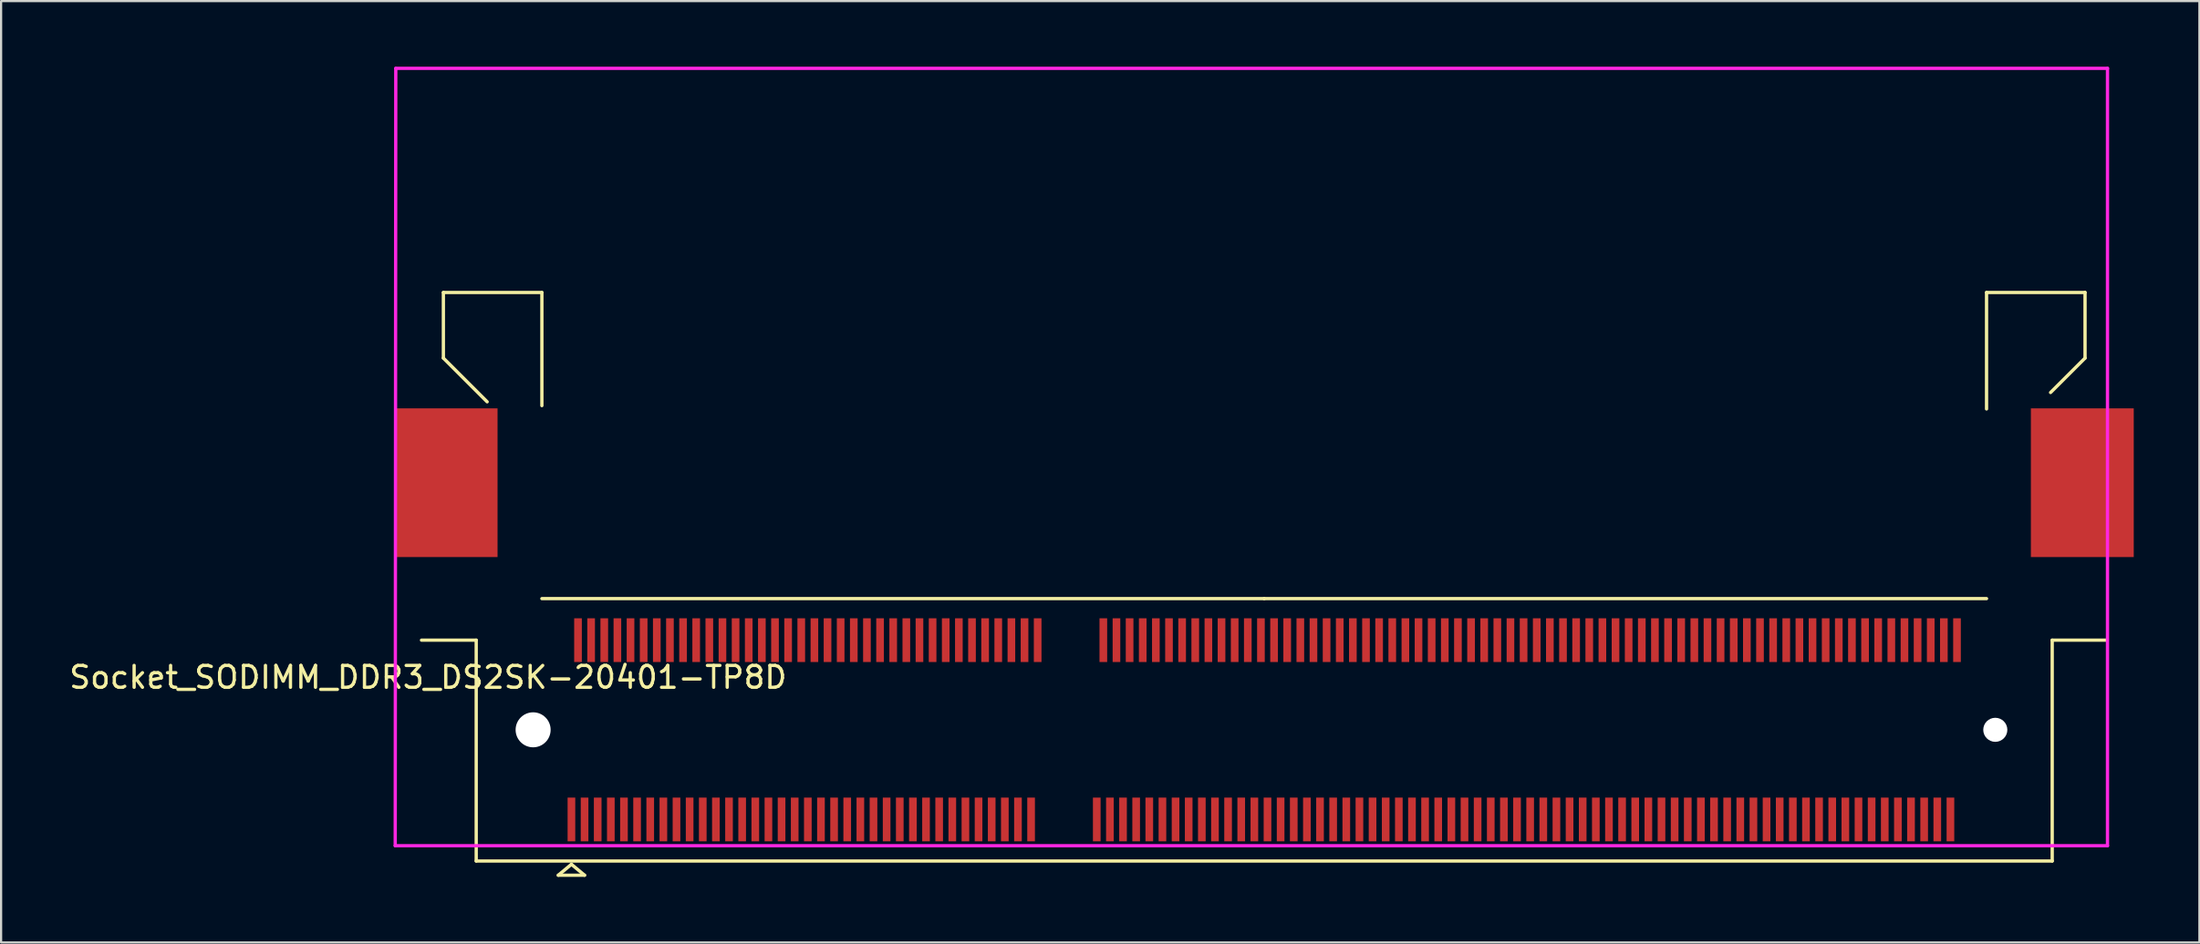
<source format=kicad_pcb>
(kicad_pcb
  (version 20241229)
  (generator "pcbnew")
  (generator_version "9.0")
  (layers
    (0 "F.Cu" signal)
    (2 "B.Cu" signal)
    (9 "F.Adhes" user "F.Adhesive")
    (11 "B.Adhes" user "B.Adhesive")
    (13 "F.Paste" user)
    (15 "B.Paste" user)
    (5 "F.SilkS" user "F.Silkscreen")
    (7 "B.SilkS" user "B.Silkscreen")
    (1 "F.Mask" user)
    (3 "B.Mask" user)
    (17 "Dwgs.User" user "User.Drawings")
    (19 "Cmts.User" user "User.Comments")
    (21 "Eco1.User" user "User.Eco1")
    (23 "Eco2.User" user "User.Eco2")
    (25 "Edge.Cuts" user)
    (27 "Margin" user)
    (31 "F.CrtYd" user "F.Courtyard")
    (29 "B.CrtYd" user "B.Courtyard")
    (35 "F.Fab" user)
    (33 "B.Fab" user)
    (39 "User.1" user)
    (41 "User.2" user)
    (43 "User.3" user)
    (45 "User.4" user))
  (footprint "Socket_SODIMM_DDR3_DS2SK-20401-TP8D"
    (layer "F.Cu")
    (at 54.706 30.325)
    (property "Reference" "Socket_SODIMM_DDR3_DS2SK-20401-TP8D" (at -38.2 -2.4 0) (layer "F.SilkS") (effects (font (size 1 1) (thickness 0.15))))
    (attr smd)
    (fp_line (start -37.5 -20) (end -37.5 -17) (stroke (width 0.15) (type solid)) (layer "F.SilkS"))
    (fp_line (start -37.5 -17) (end -35.5 -15) (stroke (width 0.15) (type solid)) (layer "F.SilkS"))
    (fp_line (start -36 -4.1) (end -38.5 -4.1) (stroke (width 0.15) (type solid)) (layer "F.SilkS"))
    (fp_line (start -36 -4.1) (end -36 6) (stroke (width 0.15) (type solid)) (layer "F.SilkS"))
    (fp_line (start -36 6) (end 36 6) (stroke (width 0.15) (type solid)) (layer "F.SilkS"))
    (fp_line (start -33 -20) (end -37.5 -20) (stroke (width 0.15) (type solid)) (layer "F.SilkS"))
    (fp_line (start -33 -14.825) (end -33 -20) (stroke (width 0.15) (type solid)) (layer "F.SilkS"))
    (fp_line (start -32.25 6.65) (end -31.65 6.15) (stroke (width 0.15) (type solid)) (layer "F.SilkS"))
    (fp_line (start -31.65 6.15) (end -31.05 6.65) (stroke (width 0.15) (type solid)) (layer "F.SilkS"))
    (fp_line (start -31.05 6.65) (end -32.25 6.65) (stroke (width 0.15) (type solid)) (layer "F.SilkS"))
    (fp_line (start 0 -6) (end -33 -6) (stroke (width 0.15) (type solid)) (layer "F.SilkS"))
    (fp_line (start 33 -20) (end 33 -14.673) (stroke (width 0.15) (type solid)) (layer "F.SilkS"))
    (fp_line (start 33 -6) (end 0 -6) (stroke (width 0.15) (type solid)) (layer "F.SilkS"))
    (fp_line (start 35.925 -15.425) (end 37.5 -17) (stroke (width 0.15) (type solid)) (layer "F.SilkS"))
    (fp_line (start 36 -4.1) (end 38.5 -4.1) (stroke (width 0.15) (type solid)) (layer "F.SilkS"))
    (fp_line (start 36 6) (end 36 -4.1) (stroke (width 0.15) (type solid)) (layer "F.SilkS"))
    (fp_line (start 37.5 -20) (end 33 -20) (stroke (width 0.15) (type solid)) (layer "F.SilkS"))
    (fp_line (start 37.5 -17) (end 37.5 -20) (stroke (width 0.15) (type solid)) (layer "F.SilkS"))
    (fp_line (start -39.7 5.3) (end 38.525 5.3) (stroke (width 0.15) (type solid)) (layer "F.CrtYd"))
    (fp_line (start -39.675 -30.25) (end -39.7 5.3) (stroke (width 0.15) (type solid)) (layer "F.CrtYd"))
    (fp_line (start 38.525 -30.25) (end -39.675 -30.25) (stroke (width 0.15) (type solid)) (layer "F.CrtYd"))
    (fp_line (start 38.525 5.3) (end 38.525 -30.25) (stroke (width 0.15) (type solid)) (layer "F.CrtYd"))
    (pad "" smd rect (at -37.375 -11.3) (size 4.7 6.8) (layers "F.Cu" "F.Mask" "F.Paste"))
    (pad "" np_thru_hole circle (at -33.4 0) (size 1.6 1.6) (drill 1.6) (layers "*.Cu" "*.Mask"))
    (pad "" np_thru_hole circle (at 33.4 0) (size 1.1 1.1) (drill 1.1) (layers "*.Cu" "*.Mask"))
    (pad "" smd rect (at 37.375 -11.3) (size 4.7 6.8) (layers "F.Cu" "F.Mask" "F.Paste"))
    (pad "1" smd rect (at -31.65 4.1) (size 0.35 2) (layers "F.Cu" "F.Mask" "F.Paste"))
    (pad "2" smd rect (at -31.35 -4.1) (size 0.35 2) (layers "F.Cu" "F.Mask" "F.Paste"))
    (pad "3" smd rect (at -31.05 4.1) (size 0.35 2) (layers "F.Cu" "F.Mask" "F.Paste"))
    (pad "4" smd rect (at -30.75 -4.1) (size 0.35 2) (layers "F.Cu" "F.Mask" "F.Paste"))
    (pad "5" smd rect (at -30.45 4.1) (size 0.35 2) (layers "F.Cu" "F.Mask" "F.Paste"))
    (pad "6" smd rect (at -30.15 -4.1) (size 0.35 2) (layers "F.Cu" "F.Mask" "F.Paste"))
    (pad "7" smd rect (at -29.85 4.1) (size 0.35 2) (layers "F.Cu" "F.Mask" "F.Paste"))
    (pad "8" smd rect (at -29.55 -4.1) (size 0.35 2) (layers "F.Cu" "F.Mask" "F.Paste"))
    (pad "9" smd rect (at -29.25 4.1) (size 0.35 2) (layers "F.Cu" "F.Mask" "F.Paste"))
    (pad "10" smd rect (at -28.95 -4.1) (size 0.35 2) (layers "F.Cu" "F.Mask" "F.Paste"))
    (pad "11" smd rect (at -28.65 4.1) (size 0.35 2) (layers "F.Cu" "F.Mask" "F.Paste"))
    (pad "12" smd rect (at -28.35 -4.1) (size 0.35 2) (layers "F.Cu" "F.Mask" "F.Paste"))
    (pad "13" smd rect (at -28.05 4.1) (size 0.35 2) (layers "F.Cu" "F.Mask" "F.Paste"))
    (pad "14" smd rect (at -27.75 -4.1) (size 0.35 2) (layers "F.Cu" "F.Mask" "F.Paste"))
    (pad "15" smd rect (at -27.45 4.1) (size 0.35 2) (layers "F.Cu" "F.Mask" "F.Paste"))
    (pad "16" smd rect (at -27.15 -4.1) (size 0.35 2) (layers "F.Cu" "F.Mask" "F.Paste"))
    (pad "17" smd rect (at -26.85 4.1) (size 0.35 2) (layers "F.Cu" "F.Mask" "F.Paste"))
    (pad "18" smd rect (at -26.55 -4.1) (size 0.35 2) (layers "F.Cu" "F.Mask" "F.Paste"))
    (pad "19" smd rect (at -26.25 4.1) (size 0.35 2) (layers "F.Cu" "F.Mask" "F.Paste"))
    (pad "20" smd rect (at -25.95 -4.1) (size 0.35 2) (layers "F.Cu" "F.Mask" "F.Paste"))
    (pad "21" smd rect (at -25.65 4.1) (size 0.35 2) (layers "F.Cu" "F.Mask" "F.Paste"))
    (pad "22" smd rect (at -25.35 -4.1) (size 0.35 2) (layers "F.Cu" "F.Mask" "F.Paste"))
    (pad "23" smd rect (at -25.05 4.1) (size 0.35 2) (layers "F.Cu" "F.Mask" "F.Paste"))
    (pad "24" smd rect (at -24.75 -4.1) (size 0.35 2) (layers "F.Cu" "F.Mask" "F.Paste"))
    (pad "25" smd rect (at -24.45 4.1) (size 0.35 2) (layers "F.Cu" "F.Mask" "F.Paste"))
    (pad "26" smd rect (at -24.15 -4.1) (size 0.35 2) (layers "F.Cu" "F.Mask" "F.Paste"))
    (pad "27" smd rect (at -23.85 4.1) (size 0.35 2) (layers "F.Cu" "F.Mask" "F.Paste"))
    (pad "28" smd rect (at -23.55 -4.1) (size 0.35 2) (layers "F.Cu" "F.Mask" "F.Paste"))
    (pad "29" smd rect (at -23.25 4.1) (size 0.35 2) (layers "F.Cu" "F.Mask" "F.Paste"))
    (pad "30" smd rect (at -22.95 -4.1) (size 0.35 2) (layers "F.Cu" "F.Mask" "F.Paste"))
    (pad "31" smd rect (at -22.65 4.1) (size 0.35 2) (layers "F.Cu" "F.Mask" "F.Paste"))
    (pad "32" smd rect (at -22.35 -4.1) (size 0.35 2) (layers "F.Cu" "F.Mask" "F.Paste"))
    (pad "33" smd rect (at -22.05 4.1) (size 0.35 2) (layers "F.Cu" "F.Mask" "F.Paste"))
    (pad "34" smd rect (at -21.75 -4.1) (size 0.35 2) (layers "F.Cu" "F.Mask" "F.Paste"))
    (pad "35" smd rect (at -21.45 4.1) (size 0.35 2) (layers "F.Cu" "F.Mask" "F.Paste"))
    (pad "36" smd rect (at -21.15 -4.1) (size 0.35 2) (layers "F.Cu" "F.Mask" "F.Paste"))
    (pad "37" smd rect (at -20.85 4.1) (size 0.35 2) (layers "F.Cu" "F.Mask" "F.Paste"))
    (pad "38" smd rect (at -20.55 -4.1) (size 0.35 2) (layers "F.Cu" "F.Mask" "F.Paste"))
    (pad "39" smd rect (at -20.25 4.1) (size 0.35 2) (layers "F.Cu" "F.Mask" "F.Paste"))
    (pad "40" smd rect (at -19.95 -4.1) (size 0.35 2) (layers "F.Cu" "F.Mask" "F.Paste"))
    (pad "41" smd rect (at -19.65 4.1) (size 0.35 2) (layers "F.Cu" "F.Mask" "F.Paste"))
    (pad "42" smd rect (at -19.35 -4.1) (size 0.35 2) (layers "F.Cu" "F.Mask" "F.Paste"))
    (pad "43" smd rect (at -19.05 4.1) (size 0.35 2) (layers "F.Cu" "F.Mask" "F.Paste"))
    (pad "44" smd rect (at -18.75 -4.1) (size 0.35 2) (layers "F.Cu" "F.Mask" "F.Paste"))
    (pad "45" smd rect (at -18.45 4.1) (size 0.35 2) (layers "F.Cu" "F.Mask" "F.Paste"))
    (pad "46" smd rect (at -18.15 -4.1) (size 0.35 2) (layers "F.Cu" "F.Mask" "F.Paste"))
    (pad "47" smd rect (at -17.85 4.1) (size 0.35 2) (layers "F.Cu" "F.Mask" "F.Paste"))
    (pad "48" smd rect (at -17.55 -4.1) (size 0.35 2) (layers "F.Cu" "F.Mask" "F.Paste"))
    (pad "49" smd rect (at -17.25 4.1) (size 0.35 2) (layers "F.Cu" "F.Mask" "F.Paste"))
    (pad "50" smd rect (at -16.95 -4.1) (size 0.35 2) (layers "F.Cu" "F.Mask" "F.Paste"))
    (pad "51" smd rect (at -16.65 4.1) (size 0.35 2) (layers "F.Cu" "F.Mask" "F.Paste"))
    (pad "52" smd rect (at -16.35 -4.1) (size 0.35 2) (layers "F.Cu" "F.Mask" "F.Paste"))
    (pad "53" smd rect (at -16.05 4.1) (size 0.35 2) (layers "F.Cu" "F.Mask" "F.Paste"))
    (pad "54" smd rect (at -15.75 -4.1) (size 0.35 2) (layers "F.Cu" "F.Mask" "F.Paste"))
    (pad "55" smd rect (at -15.45 4.1) (size 0.35 2) (layers "F.Cu" "F.Mask" "F.Paste"))
    (pad "56" smd rect (at -15.15 -4.1) (size 0.35 2) (layers "F.Cu" "F.Mask" "F.Paste"))
    (pad "57" smd rect (at -14.85 4.1) (size 0.35 2) (layers "F.Cu" "F.Mask" "F.Paste"))
    (pad "58" smd rect (at -14.55 -4.1) (size 0.35 2) (layers "F.Cu" "F.Mask" "F.Paste"))
    (pad "59" smd rect (at -14.25 4.1) (size 0.35 2) (layers "F.Cu" "F.Mask" "F.Paste"))
    (pad "60" smd rect (at -13.95 -4.1) (size 0.35 2) (layers "F.Cu" "F.Mask" "F.Paste"))
    (pad "61" smd rect (at -13.65 4.1) (size 0.35 2) (layers "F.Cu" "F.Mask" "F.Paste"))
    (pad "62" smd rect (at -13.35 -4.1) (size 0.35 2) (layers "F.Cu" "F.Mask" "F.Paste"))
    (pad "63" smd rect (at -13.05 4.1) (size 0.35 2) (layers "F.Cu" "F.Mask" "F.Paste"))
    (pad "64" smd rect (at -12.75 -4.1) (size 0.35 2) (layers "F.Cu" "F.Mask" "F.Paste"))
    (pad "65" smd rect (at -12.45 4.1) (size 0.35 2) (layers "F.Cu" "F.Mask" "F.Paste"))
    (pad "66" smd rect (at -12.15 -4.1) (size 0.35 2) (layers "F.Cu" "F.Mask" "F.Paste"))
    (pad "67" smd rect (at -11.85 4.1) (size 0.35 2) (layers "F.Cu" "F.Mask" "F.Paste"))
    (pad "68" smd rect (at -11.55 -4.1) (size 0.35 2) (layers "F.Cu" "F.Mask" "F.Paste"))
    (pad "69" smd rect (at -11.25 4.1) (size 0.35 2) (layers "F.Cu" "F.Mask" "F.Paste"))
    (pad "70" smd rect (at -10.95 -4.1) (size 0.35 2) (layers "F.Cu" "F.Mask" "F.Paste"))
    (pad "71" smd rect (at -10.65 4.1) (size 0.35 2) (layers "F.Cu" "F.Mask" "F.Paste"))
    (pad "72" smd rect (at -10.35 -4.1) (size 0.35 2) (layers "F.Cu" "F.Mask" "F.Paste"))
    (pad "73" smd rect (at -7.65 4.1) (size 0.35 2) (layers "F.Cu" "F.Mask" "F.Paste"))
    (pad "74" smd rect (at -7.35 -4.1) (size 0.35 2) (layers "F.Cu" "F.Mask" "F.Paste"))
    (pad "75" smd rect (at -7.05 4.1) (size 0.35 2) (layers "F.Cu" "F.Mask" "F.Paste"))
    (pad "76" smd rect (at -6.75 -4.1) (size 0.35 2) (layers "F.Cu" "F.Mask" "F.Paste"))
    (pad "77" smd rect (at -6.45 4.1) (size 0.35 2) (layers "F.Cu" "F.Mask" "F.Paste"))
    (pad "78" smd rect (at -6.15 -4.1) (size 0.35 2) (layers "F.Cu" "F.Mask" "F.Paste"))
    (pad "79" smd rect (at -5.85 4.1) (size 0.35 2) (layers "F.Cu" "F.Mask" "F.Paste"))
    (pad "80" smd rect (at -5.55 -4.1) (size 0.35 2) (layers "F.Cu" "F.Mask" "F.Paste"))
    (pad "81" smd rect (at -5.25 4.1) (size 0.35 2) (layers "F.Cu" "F.Mask" "F.Paste"))
    (pad "82" smd rect (at -4.95 -4.1) (size 0.35 2) (layers "F.Cu" "F.Mask" "F.Paste"))
    (pad "83" smd rect (at -4.65 4.1) (size 0.35 2) (layers "F.Cu" "F.Mask" "F.Paste"))
    (pad "84" smd rect (at -4.35 -4.1) (size 0.35 2) (layers "F.Cu" "F.Mask" "F.Paste"))
    (pad "85" smd rect (at -4.05 4.1) (size 0.35 2) (layers "F.Cu" "F.Mask" "F.Paste"))
    (pad "86" smd rect (at -3.75 -4.1) (size 0.35 2) (layers "F.Cu" "F.Mask" "F.Paste"))
    (pad "87" smd rect (at -3.45 4.1) (size 0.35 2) (layers "F.Cu" "F.Mask" "F.Paste"))
    (pad "88" smd rect (at -3.15 -4.1) (size 0.35 2) (layers "F.Cu" "F.Mask" "F.Paste"))
    (pad "89" smd rect (at -2.85 4.1) (size 0.35 2) (layers "F.Cu" "F.Mask" "F.Paste"))
    (pad "90" smd rect (at -2.55 -4.1) (size 0.35 2) (layers "F.Cu" "F.Mask" "F.Paste"))
    (pad "91" smd rect (at -2.25 4.1) (size 0.35 2) (layers "F.Cu" "F.Mask" "F.Paste"))
    (pad "92" smd rect (at -1.95 -4.1) (size 0.35 2) (layers "F.Cu" "F.Mask" "F.Paste"))
    (pad "93" smd rect (at -1.65 4.1) (size 0.35 2) (layers "F.Cu" "F.Mask" "F.Paste"))
    (pad "94" smd rect (at -1.35 -4.1) (size 0.35 2) (layers "F.Cu" "F.Mask" "F.Paste"))
    (pad "95" smd rect (at -1.05 4.1) (size 0.35 2) (layers "F.Cu" "F.Mask" "F.Paste"))
    (pad "96" smd rect (at -0.75 -4.1) (size 0.35 2) (layers "F.Cu" "F.Mask" "F.Paste"))
    (pad "97" smd rect (at -0.45 4.1) (size 0.35 2) (layers "F.Cu" "F.Mask" "F.Paste"))
    (pad "98" smd rect (at -0.15 -4.1) (size 0.35 2) (layers "F.Cu" "F.Mask" "F.Paste"))
    (pad "99" smd rect (at 0.15 4.1) (size 0.35 2) (layers "F.Cu" "F.Mask" "F.Paste"))
    (pad "100" smd rect (at 0.45 -4.1) (size 0.35 2) (layers "F.Cu" "F.Mask" "F.Paste"))
    (pad "101" smd rect (at 0.75 4.1) (size 0.35 2) (layers "F.Cu" "F.Mask" "F.Paste"))
    (pad "102" smd rect (at 1.05 -4.1) (size 0.35 2) (layers "F.Cu" "F.Mask" "F.Paste"))
    (pad "103" smd rect (at 1.35 4.1) (size 0.35 2) (layers "F.Cu" "F.Mask" "F.Paste"))
    (pad "104" smd rect (at 1.65 -4.1) (size 0.35 2) (layers "F.Cu" "F.Mask" "F.Paste"))
    (pad "105" smd rect (at 1.95 4.1) (size 0.35 2) (layers "F.Cu" "F.Mask" "F.Paste"))
    (pad "106" smd rect (at 2.25 -4.1) (size 0.35 2) (layers "F.Cu" "F.Mask" "F.Paste"))
    (pad "107" smd rect (at 2.55 4.1) (size 0.35 2) (layers "F.Cu" "F.Mask" "F.Paste"))
    (pad "108" smd rect (at 2.85 -4.1) (size 0.35 2) (layers "F.Cu" "F.Mask" "F.Paste"))
    (pad "109" smd rect (at 3.15 4.1) (size 0.35 2) (layers "F.Cu" "F.Mask" "F.Paste"))
    (pad "110" smd rect (at 3.45 -4.1) (size 0.35 2) (layers "F.Cu" "F.Mask" "F.Paste"))
    (pad "111" smd rect (at 3.75 4.1) (size 0.35 2) (layers "F.Cu" "F.Mask" "F.Paste"))
    (pad "112" smd rect (at 4.05 -4.1) (size 0.35 2) (layers "F.Cu" "F.Mask" "F.Paste"))
    (pad "113" smd rect (at 4.35 4.1) (size 0.35 2) (layers "F.Cu" "F.Mask" "F.Paste"))
    (pad "114" smd rect (at 4.65 -4.1) (size 0.35 2) (layers "F.Cu" "F.Mask" "F.Paste"))
    (pad "115" smd rect (at 4.95 4.1) (size 0.35 2) (layers "F.Cu" "F.Mask" "F.Paste"))
    (pad "116" smd rect (at 5.25 -4.1) (size 0.35 2) (layers "F.Cu" "F.Mask" "F.Paste"))
    (pad "117" smd rect (at 5.55 4.1) (size 0.35 2) (layers "F.Cu" "F.Mask" "F.Paste"))
    (pad "118" smd rect (at 5.85 -4.1) (size 0.35 2) (layers "F.Cu" "F.Mask" "F.Paste"))
    (pad "119" smd rect (at 6.15 4.1) (size 0.35 2) (layers "F.Cu" "F.Mask" "F.Paste"))
    (pad "120" smd rect (at 6.45 -4.1) (size 0.35 2) (layers "F.Cu" "F.Mask" "F.Paste"))
    (pad "121" smd rect (at 6.75 4.1) (size 0.35 2) (layers "F.Cu" "F.Mask" "F.Paste"))
    (pad "122" smd rect (at 7.05 -4.1) (size 0.35 2) (layers "F.Cu" "F.Mask" "F.Paste"))
    (pad "123" smd rect (at 7.35 4.1) (size 0.35 2) (layers "F.Cu" "F.Mask" "F.Paste"))
    (pad "124" smd rect (at 7.65 -4.1) (size 0.35 2) (layers "F.Cu" "F.Mask" "F.Paste"))
    (pad "125" smd rect (at 7.95 4.1) (size 0.35 2) (layers "F.Cu" "F.Mask" "F.Paste"))
    (pad "126" smd rect (at 8.25 -4.1) (size 0.35 2) (layers "F.Cu" "F.Mask" "F.Paste"))
    (pad "127" smd rect (at 8.55 4.1) (size 0.35 2) (layers "F.Cu" "F.Mask" "F.Paste"))
    (pad "128" smd rect (at 8.85 -4.1) (size 0.35 2) (layers "F.Cu" "F.Mask" "F.Paste"))
    (pad "129" smd rect (at 9.15 4.1) (size 0.35 2) (layers "F.Cu" "F.Mask" "F.Paste"))
    (pad "130" smd rect (at 9.45 -4.1) (size 0.35 2) (layers "F.Cu" "F.Mask" "F.Paste"))
    (pad "131" smd rect (at 9.75 4.1) (size 0.35 2) (layers "F.Cu" "F.Mask" "F.Paste"))
    (pad "132" smd rect (at 10.05 -4.1) (size 0.35 2) (layers "F.Cu" "F.Mask" "F.Paste"))
    (pad "133" smd rect (at 10.35 4.1) (size 0.35 2) (layers "F.Cu" "F.Mask" "F.Paste"))
    (pad "134" smd rect (at 10.65 -4.1) (size 0.35 2) (layers "F.Cu" "F.Mask" "F.Paste"))
    (pad "135" smd rect (at 10.95 4.1) (size 0.35 2) (layers "F.Cu" "F.Mask" "F.Paste"))
    (pad "136" smd rect (at 11.25 -4.1) (size 0.35 2) (layers "F.Cu" "F.Mask" "F.Paste"))
    (pad "137" smd rect (at 11.55 4.1) (size 0.35 2) (layers "F.Cu" "F.Mask" "F.Paste"))
    (pad "138" smd rect (at 11.85 -4.1) (size 0.35 2) (layers "F.Cu" "F.Mask" "F.Paste"))
    (pad "139" smd rect (at 12.15 4.1) (size 0.35 2) (layers "F.Cu" "F.Mask" "F.Paste"))
    (pad "140" smd rect (at 12.45 -4.1) (size 0.35 2) (layers "F.Cu" "F.Mask" "F.Paste"))
    (pad "141" smd rect (at 12.75 4.1) (size 0.35 2) (layers "F.Cu" "F.Mask" "F.Paste"))
    (pad "142" smd rect (at 13.05 -4.1) (size 0.35 2) (layers "F.Cu" "F.Mask" "F.Paste"))
    (pad "143" smd rect (at 13.35 4.1) (size 0.35 2) (layers "F.Cu" "F.Mask" "F.Paste"))
    (pad "144" smd rect (at 13.65 -4.1) (size 0.35 2) (layers "F.Cu" "F.Mask" "F.Paste"))
    (pad "145" smd rect (at 13.95 4.1) (size 0.35 2) (layers "F.Cu" "F.Mask" "F.Paste"))
    (pad "146" smd rect (at 14.25 -4.1) (size 0.35 2) (layers "F.Cu" "F.Mask" "F.Paste"))
    (pad "147" smd rect (at 14.55 4.1) (size 0.35 2) (layers "F.Cu" "F.Mask" "F.Paste"))
    (pad "148" smd rect (at 14.85 -4.1) (size 0.35 2) (layers "F.Cu" "F.Mask" "F.Paste"))
    (pad "149" smd rect (at 15.15 4.1) (size 0.35 2) (layers "F.Cu" "F.Mask" "F.Paste"))
    (pad "150" smd rect (at 15.45 -4.1) (size 0.35 2) (layers "F.Cu" "F.Mask" "F.Paste"))
    (pad "151" smd rect (at 15.75 4.1) (size 0.35 2) (layers "F.Cu" "F.Mask" "F.Paste"))
    (pad "152" smd rect (at 16.05 -4.1) (size 0.35 2) (layers "F.Cu" "F.Mask" "F.Paste"))
    (pad "153" smd rect (at 16.35 4.1) (size 0.35 2) (layers "F.Cu" "F.Mask" "F.Paste"))
    (pad "154" smd rect (at 16.65 -4.1) (size 0.35 2) (layers "F.Cu" "F.Mask" "F.Paste"))
    (pad "155" smd rect (at 16.95 4.1) (size 0.35 2) (layers "F.Cu" "F.Mask" "F.Paste"))
    (pad "156" smd rect (at 17.25 -4.1) (size 0.35 2) (layers "F.Cu" "F.Mask" "F.Paste"))
    (pad "157" smd rect (at 17.55 4.1) (size 0.35 2) (layers "F.Cu" "F.Mask" "F.Paste"))
    (pad "158" smd rect (at 17.85 -4.1) (size 0.35 2) (layers "F.Cu" "F.Mask" "F.Paste"))
    (pad "159" smd rect (at 18.15 4.1) (size 0.35 2) (layers "F.Cu" "F.Mask" "F.Paste"))
    (pad "160" smd rect (at 18.45 -4.1) (size 0.35 2) (layers "F.Cu" "F.Mask" "F.Paste"))
    (pad "161" smd rect (at 18.75 4.1) (size 0.35 2) (layers "F.Cu" "F.Mask" "F.Paste"))
    (pad "162" smd rect (at 19.05 -4.1) (size 0.35 2) (layers "F.Cu" "F.Mask" "F.Paste"))
    (pad "163" smd rect (at 19.35 4.1) (size 0.35 2) (layers "F.Cu" "F.Mask" "F.Paste"))
    (pad "164" smd rect (at 19.65 -4.1) (size 0.35 2) (layers "F.Cu" "F.Mask" "F.Paste"))
    (pad "165" smd rect (at 19.95 4.1) (size 0.35 2) (layers "F.Cu" "F.Mask" "F.Paste"))
    (pad "166" smd rect (at 20.25 -4.1) (size 0.35 2) (layers "F.Cu" "F.Mask" "F.Paste"))
    (pad "167" smd rect (at 20.55 4.1) (size 0.35 2) (layers "F.Cu" "F.Mask" "F.Paste"))
    (pad "168" smd rect (at 20.85 -4.1) (size 0.35 2) (layers "F.Cu" "F.Mask" "F.Paste"))
    (pad "169" smd rect (at 21.15 4.1) (size 0.35 2) (layers "F.Cu" "F.Mask" "F.Paste"))
    (pad "170" smd rect (at 21.45 -4.1) (size 0.35 2) (layers "F.Cu" "F.Mask" "F.Paste"))
    (pad "171" smd rect (at 21.75 4.1) (size 0.35 2) (layers "F.Cu" "F.Mask" "F.Paste"))
    (pad "172" smd rect (at 22.05 -4.1) (size 0.35 2) (layers "F.Cu" "F.Mask" "F.Paste"))
    (pad "173" smd rect (at 22.35 4.1) (size 0.35 2) (layers "F.Cu" "F.Mask" "F.Paste"))
    (pad "174" smd rect (at 22.65 -4.1) (size 0.35 2) (layers "F.Cu" "F.Mask" "F.Paste"))
    (pad "175" smd rect (at 22.95 4.1) (size 0.35 2) (layers "F.Cu" "F.Mask" "F.Paste"))
    (pad "176" smd rect (at 23.25 -4.1) (size 0.35 2) (layers "F.Cu" "F.Mask" "F.Paste"))
    (pad "177" smd rect (at 23.55 4.1) (size 0.35 2) (layers "F.Cu" "F.Mask" "F.Paste"))
    (pad "178" smd rect (at 23.85 -4.1) (size 0.35 2) (layers "F.Cu" "F.Mask" "F.Paste"))
    (pad "179" smd rect (at 24.15 4.1) (size 0.35 2) (layers "F.Cu" "F.Mask" "F.Paste"))
    (pad "180" smd rect (at 24.45 -4.1) (size 0.35 2) (layers "F.Cu" "F.Mask" "F.Paste"))
    (pad "181" smd rect (at 24.75 4.1) (size 0.35 2) (layers "F.Cu" "F.Mask" "F.Paste"))
    (pad "182" smd rect (at 25.05 -4.1) (size 0.35 2) (layers "F.Cu" "F.Mask" "F.Paste"))
    (pad "183" smd rect (at 25.35 4.1) (size 0.35 2) (layers "F.Cu" "F.Mask" "F.Paste"))
    (pad "184" smd rect (at 25.65 -4.1) (size 0.35 2) (layers "F.Cu" "F.Mask" "F.Paste"))
    (pad "185" smd rect (at 25.95 4.1) (size 0.35 2) (layers "F.Cu" "F.Mask" "F.Paste"))
    (pad "186" smd rect (at 26.25 -4.1) (size 0.35 2) (layers "F.Cu" "F.Mask" "F.Paste"))
    (pad "187" smd rect (at 26.55 4.1) (size 0.35 2) (layers "F.Cu" "F.Mask" "F.Paste"))
    (pad "188" smd rect (at 26.85 -4.1) (size 0.35 2) (layers "F.Cu" "F.Mask" "F.Paste"))
    (pad "189" smd rect (at 27.15 4.1) (size 0.35 2) (layers "F.Cu" "F.Mask" "F.Paste"))
    (pad "190" smd rect (at 27.45 -4.1) (size 0.35 2) (layers "F.Cu" "F.Mask" "F.Paste"))
    (pad "191" smd rect (at 27.75 4.1) (size 0.35 2) (layers "F.Cu" "F.Mask" "F.Paste"))
    (pad "192" smd rect (at 28.05 -4.1) (size 0.35 2) (layers "F.Cu" "F.Mask" "F.Paste"))
    (pad "193" smd rect (at 28.35 4.1) (size 0.35 2) (layers "F.Cu" "F.Mask" "F.Paste"))
    (pad "194" smd rect (at 28.65 -4.1) (size 0.35 2) (layers "F.Cu" "F.Mask" "F.Paste"))
    (pad "195" smd rect (at 28.95 4.1) (size 0.35 2) (layers "F.Cu" "F.Mask" "F.Paste"))
    (pad "196" smd rect (at 29.25 -4.1) (size 0.35 2) (layers "F.Cu" "F.Mask" "F.Paste"))
    (pad "197" smd rect (at 29.55 4.1) (size 0.35 2) (layers "F.Cu" "F.Mask" "F.Paste"))
    (pad "198" smd rect (at 29.85 -4.1) (size 0.35 2) (layers "F.Cu" "F.Mask" "F.Paste"))
    (pad "199" smd rect (at 30.15 4.1) (size 0.35 2) (layers "F.Cu" "F.Mask" "F.Paste"))
    (pad "200" smd rect (at 30.45 -4.1) (size 0.35 2) (layers "F.Cu" "F.Mask" "F.Paste"))
    (pad "201" smd rect (at 30.75 4.1) (size 0.35 2) (layers "F.Cu" "F.Mask" "F.Paste"))
    (pad "202" smd rect (at 31.05 -4.1) (size 0.35 2) (layers "F.Cu" "F.Mask" "F.Paste"))
    (pad "203" smd rect (at 31.35 4.1) (size 0.35 2) (layers "F.Cu" "F.Mask" "F.Paste"))
    (pad "204" smd rect (at 31.65 -4.1) (size 0.35 2) (layers "F.Cu" "F.Mask" "F.Paste")))
  (gr_rect
    (start -3 -3)
    (end 97.431 40.05)
    (stroke (width 0.1) (type default))
    (fill no)
    (layer "Edge.Cuts")))
</source>
